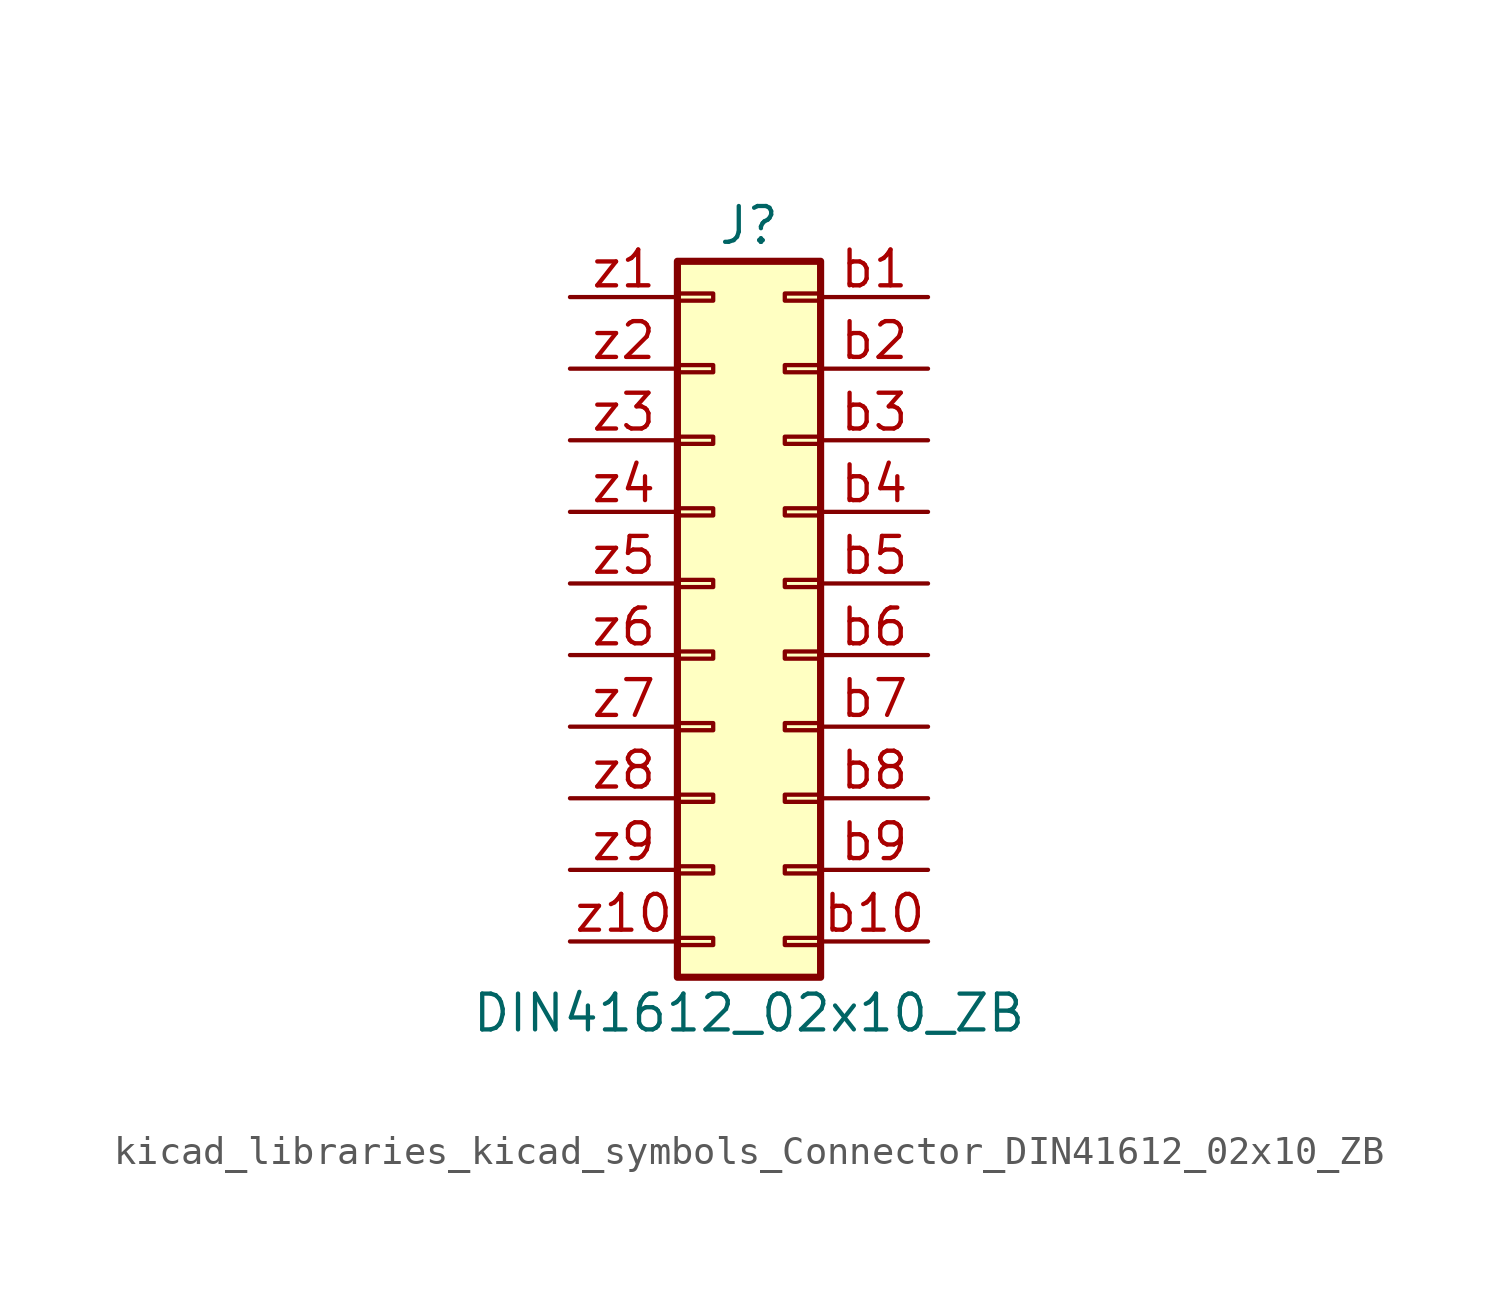
<source format=kicad_sym>
(kicad_symbol_lib
  (version 20220914)
  (generator kicad_symbol_editor)
  (symbol "kicad_libraries_kicad_symbols_Connector_DIN41612_02x10_ZB"
    (pin_names
      (offset 1.016) hide)
    (property "Reference" "J"
      (at 1.27 12.7 0)
      (effects (font (size 1.27 1.27))))
    (property "Value" "DIN41612_02x10_ZB"
      (at 1.27 -15.24 0)
      (effects (font (size 1.27 1.27))))
    (symbol "kicad_libraries_kicad_symbols_Connector_DIN41612_02x10_ZB_1_1"
      (rectangle (start -1.27 -12.573) (end 0 -12.827) (stroke (width 0.152) (type default)) (fill (type none)))
      (rectangle (start -1.27 -10.033) (end 0 -10.287) (stroke (width 0.152) (type default)) (fill (type none)))
      (rectangle (start -1.27 -7.493) (end 0 -7.747) (stroke (width 0.152) (type default)) (fill (type none)))
      (rectangle (start -1.27 -4.953) (end 0 -5.207) (stroke (width 0.152) (type default)) (fill (type none)))
      (rectangle (start -1.27 -2.413) (end 0 -2.667) (stroke (width 0.152) (type default)) (fill (type none)))
      (rectangle (start -1.27 0.127) (end 0 -0.127) (stroke (width 0.152) (type default)) (fill (type none)))
      (rectangle (start -1.27 2.667) (end 0 2.413) (stroke (width 0.152) (type default)) (fill (type none)))
      (rectangle (start -1.27 5.207) (end 0 4.953) (stroke (width 0.152) (type default)) (fill (type none)))
      (rectangle (start -1.27 7.747) (end 0 7.493) (stroke (width 0.152) (type default)) (fill (type none)))
      (rectangle (start -1.27 10.287) (end 0 10.033) (stroke (width 0.152) (type default)) (fill (type none)))
      (rectangle (start -1.27 11.43) (end 3.81 -13.97) (stroke (width 0.254) (type default)) (fill (type background)))
      (rectangle (start 3.81 -12.573) (end 2.54 -12.827) (stroke (width 0.152) (type default)) (fill (type none)))
      (rectangle (start 3.81 -10.033) (end 2.54 -10.287) (stroke (width 0.152) (type default)) (fill (type none)))
      (rectangle (start 3.81 -7.493) (end 2.54 -7.747) (stroke (width 0.152) (type default)) (fill (type none)))
      (rectangle (start 3.81 -4.953) (end 2.54 -5.207) (stroke (width 0.152) (type default)) (fill (type none)))
      (rectangle (start 3.81 -2.413) (end 2.54 -2.667) (stroke (width 0.152) (type default)) (fill (type none)))
      (rectangle (start 3.81 0.127) (end 2.54 -0.127) (stroke (width 0.152) (type default)) (fill (type none)))
      (rectangle (start 3.81 2.667) (end 2.54 2.413) (stroke (width 0.152) (type default)) (fill (type none)))
      (rectangle (start 3.81 5.207) (end 2.54 4.953) (stroke (width 0.152) (type default)) (fill (type none)))
      (rectangle (start 3.81 7.747) (end 2.54 7.493) (stroke (width 0.152) (type default)) (fill (type none)))
      (rectangle (start 3.81 10.287) (end 2.54 10.033) (stroke (width 0.152) (type default)) (fill (type none)))
      (pin passive line (at 7.62 10.16 180) (length 3.81) (name "Pin_b1" (effects (font (size 1.27 1.27)))) (number "b1" (effects (font (size 1.27 1.27)))))
      (pin passive line (at 7.62 -12.7 180) (length 3.81) (name "Pin_b10" (effects (font (size 1.27 1.27)))) (number "b10" (effects (font (size 1.27 1.27)))))
      (pin passive line (at 7.62 7.62 180) (length 3.81) (name "Pin_b2" (effects (font (size 1.27 1.27)))) (number "b2" (effects (font (size 1.27 1.27)))))
      (pin passive line (at 7.62 5.08 180) (length 3.81) (name "Pin_b3" (effects (font (size 1.27 1.27)))) (number "b3" (effects (font (size 1.27 1.27)))))
      (pin passive line (at 7.62 2.54 180) (length 3.81) (name "Pin_b4" (effects (font (size 1.27 1.27)))) (number "b4" (effects (font (size 1.27 1.27)))))
      (pin passive line (at 7.62 0 180) (length 3.81) (name "Pin_b5" (effects (font (size 1.27 1.27)))) (number "b5" (effects (font (size 1.27 1.27)))))
      (pin passive line (at 7.62 -2.54 180) (length 3.81) (name "Pin_b6" (effects (font (size 1.27 1.27)))) (number "b6" (effects (font (size 1.27 1.27)))))
      (pin passive line (at 7.62 -5.08 180) (length 3.81) (name "Pin_b7" (effects (font (size 1.27 1.27)))) (number "b7" (effects (font (size 1.27 1.27)))))
      (pin passive line (at 7.62 -7.62 180) (length 3.81) (name "Pin_b8" (effects (font (size 1.27 1.27)))) (number "b8" (effects (font (size 1.27 1.27)))))
      (pin passive line (at 7.62 -10.16 180) (length 3.81) (name "Pin_b9" (effects (font (size 1.27 1.27)))) (number "b9" (effects (font (size 1.27 1.27)))))
      (pin passive line (at -5.08 10.16 0) (length 3.81) (name "Pin_z1" (effects (font (size 1.27 1.27)))) (number "z1" (effects (font (size 1.27 1.27)))))
      (pin passive line (at -5.08 -12.7 0) (length 3.81) (name "Pin_z10" (effects (font (size 1.27 1.27)))) (number "z10" (effects (font (size 1.27 1.27)))))
      (pin passive line (at -5.08 7.62 0) (length 3.81) (name "Pin_z2" (effects (font (size 1.27 1.27)))) (number "z2" (effects (font (size 1.27 1.27)))))
      (pin passive line (at -5.08 5.08 0) (length 3.81) (name "Pin_z3" (effects (font (size 1.27 1.27)))) (number "z3" (effects (font (size 1.27 1.27)))))
      (pin passive line (at -5.08 2.54 0) (length 3.81) (name "Pin_z4" (effects (font (size 1.27 1.27)))) (number "z4" (effects (font (size 1.27 1.27)))))
      (pin passive line (at -5.08 0 0) (length 3.81) (name "Pin_z5" (effects (font (size 1.27 1.27)))) (number "z5" (effects (font (size 1.27 1.27)))))
      (pin passive line (at -5.08 -2.54 0) (length 3.81) (name "Pin_z6" (effects (font (size 1.27 1.27)))) (number "z6" (effects (font (size 1.27 1.27)))))
      (pin passive line (at -5.08 -5.08 0) (length 3.81) (name "Pin_z7" (effects (font (size 1.27 1.27)))) (number "z7" (effects (font (size 1.27 1.27)))))
      (pin passive line (at -5.08 -7.62 0) (length 3.81) (name "Pin_z8" (effects (font (size 1.27 1.27)))) (number "z8" (effects (font (size 1.27 1.27)))))
      (pin passive line (at -5.08 -10.16 0) (length 3.81) (name "Pin_z9" (effects (font (size 1.27 1.27)))) (number "z9" (effects (font (size 1.27 1.27))))))))
</source>
